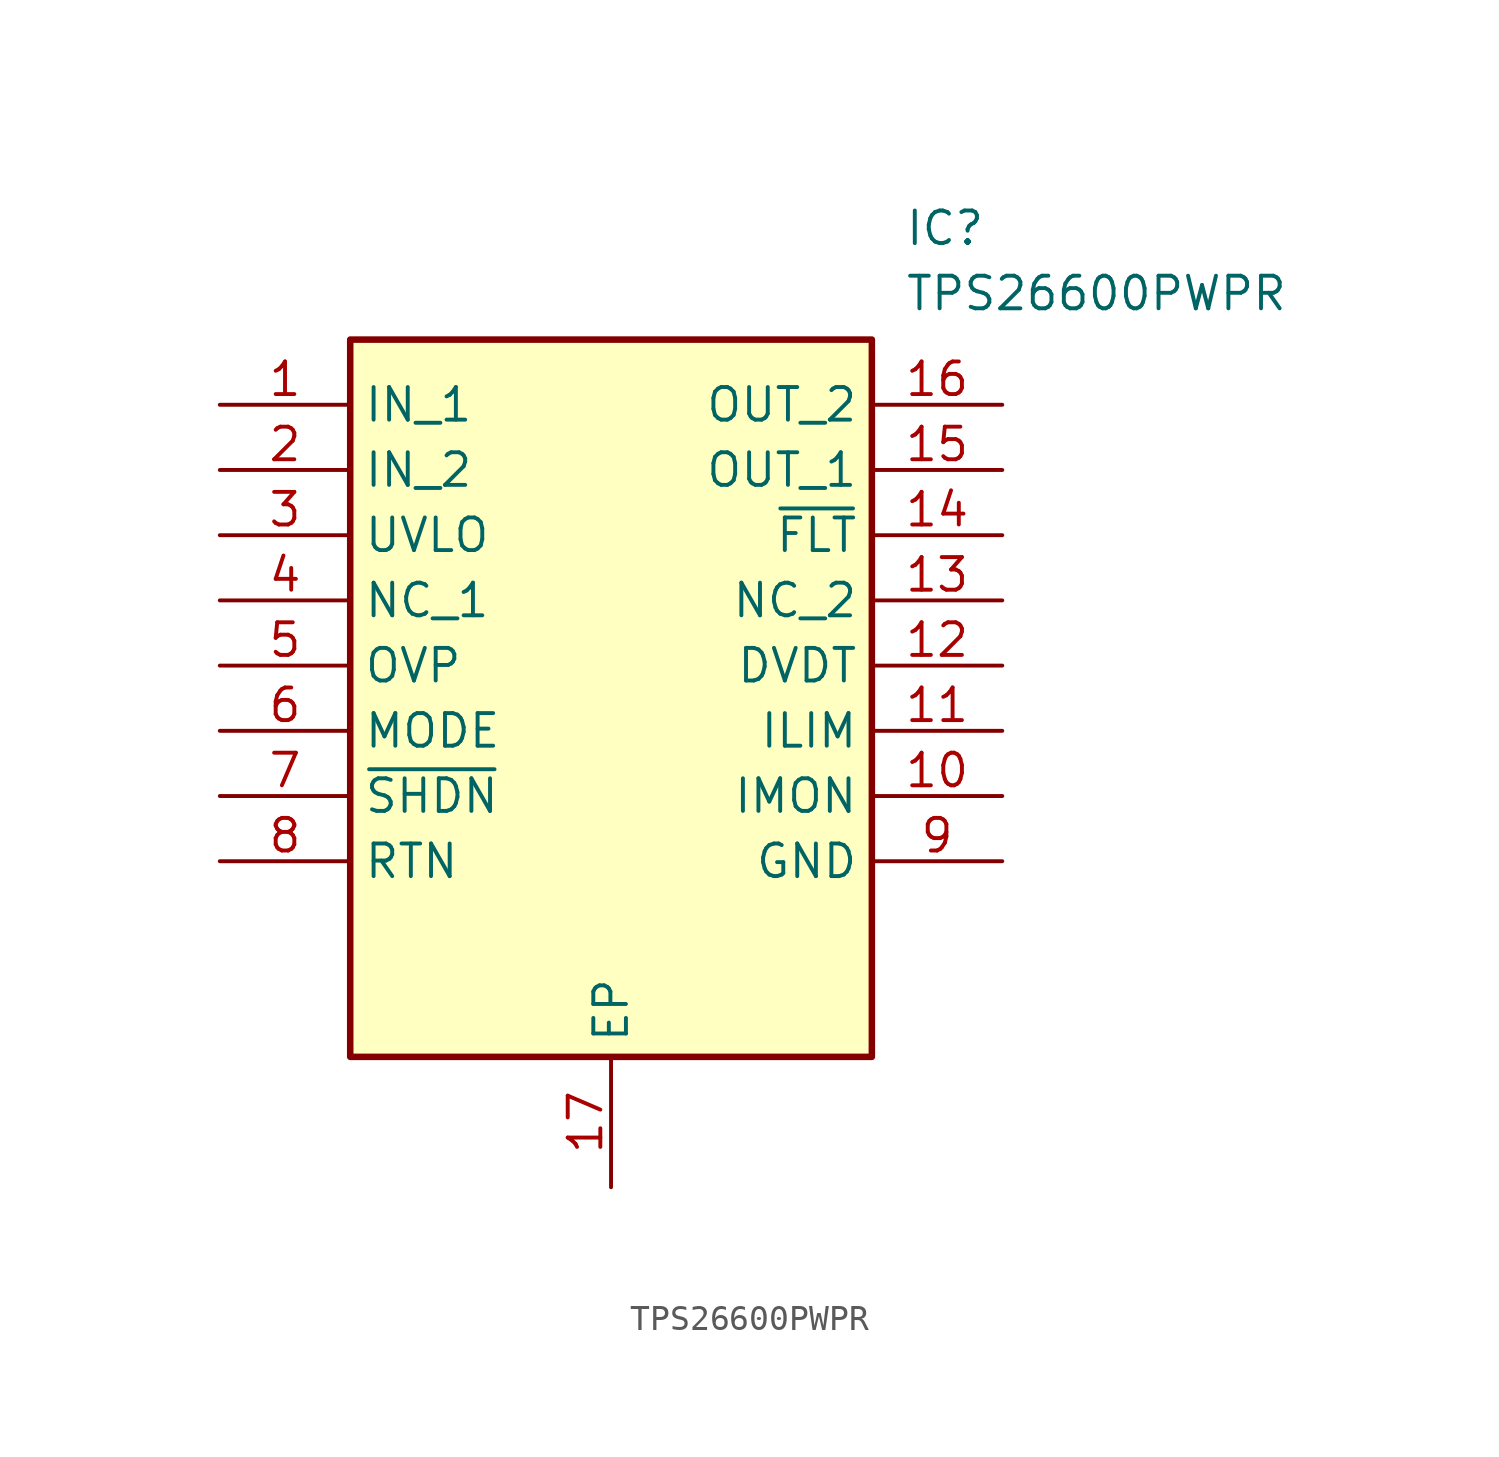
<source format=kicad_sym>
(kicad_symbol_lib
  (version 20211014)
  (generator SamacSys_ECAD_Model)
  (symbol "TPS26600PWPR"
    (property "Reference" "IC"
      (at 26.67 7.62 0)
      (effects (font (size 1.27 1.27)) (justify left top)))
    (property "Value" "TPS26600PWPR"
      (at 26.67 5.08 0)
      (effects (font (size 1.27 1.27)) (justify left top)))
    (rectangle
      (start 5.08 2.54)
      (end 25.4 -25.4)
      (stroke (width 0.254) (type default))
      (fill (type background)))
    (pin passive line
      (at 0 0 0)
      (length 5.08)
      (name "IN_1" (effects (font (size 1.27 1.27))))
      (number "1" (effects (font (size 1.27 1.27)))))
    (pin passive line
      (at 0 -2.54 0)
      (length 5.08)
      (name "IN_2" (effects (font (size 1.27 1.27))))
      (number "2" (effects (font (size 1.27 1.27)))))
    (pin passive line
      (at 0 -5.08 0)
      (length 5.08)
      (name "UVLO" (effects (font (size 1.27 1.27))))
      (number "3" (effects (font (size 1.27 1.27)))))
    (pin passive line
      (at 0 -7.62 0)
      (length 5.08)
      (name "NC_1" (effects (font (size 1.27 1.27))))
      (number "4" (effects (font (size 1.27 1.27)))))
    (pin passive line
      (at 0 -10.16 0)
      (length 5.08)
      (name "OVP" (effects (font (size 1.27 1.27))))
      (number "5" (effects (font (size 1.27 1.27)))))
    (pin passive line
      (at 0 -12.7 0)
      (length 5.08)
      (name "MODE" (effects (font (size 1.27 1.27))))
      (number "6" (effects (font (size 1.27 1.27)))))
    (pin passive line
      (at 0 -15.24 0)
      (length 5.08)
      (name "~{SHDN}" (effects (font (size 1.27 1.27))))
      (number "7" (effects (font (size 1.27 1.27)))))
    (pin passive line
      (at 0 -17.78 0)
      (length 5.08)
      (name "RTN" (effects (font (size 1.27 1.27))))
      (number "8" (effects (font (size 1.27 1.27)))))
    (pin passive line
      (at 15.24 -30.48 90)
      (length 5.08)
      (name "EP" (effects (font (size 1.27 1.27))))
      (number "17" (effects (font (size 1.27 1.27)))))
    (pin passive line
      (at 30.48 0 180)
      (length 5.08)
      (name "OUT_2" (effects (font (size 1.27 1.27))))
      (number "16" (effects (font (size 1.27 1.27)))))
    (pin passive line
      (at 30.48 -2.54 180)
      (length 5.08)
      (name "OUT_1" (effects (font (size 1.27 1.27))))
      (number "15" (effects (font (size 1.27 1.27)))))
    (pin passive line
      (at 30.48 -5.08 180)
      (length 5.08)
      (name "~{FLT}" (effects (font (size 1.27 1.27))))
      (number "14" (effects (font (size 1.27 1.27)))))
    (pin passive line
      (at 30.48 -7.62 180)
      (length 5.08)
      (name "NC_2" (effects (font (size 1.27 1.27))))
      (number "13" (effects (font (size 1.27 1.27)))))
    (pin passive line
      (at 30.48 -10.16 180)
      (length 5.08)
      (name "DVDT" (effects (font (size 1.27 1.27))))
      (number "12" (effects (font (size 1.27 1.27)))))
    (pin passive line
      (at 30.48 -12.7 180)
      (length 5.08)
      (name "ILIM" (effects (font (size 1.27 1.27))))
      (number "11" (effects (font (size 1.27 1.27)))))
    (pin passive line
      (at 30.48 -15.24 180)
      (length 5.08)
      (name "IMON" (effects (font (size 1.27 1.27))))
      (number "10" (effects (font (size 1.27 1.27)))))
    (pin passive line
      (at 30.48 -17.78 180)
      (length 5.08)
      (name "GND" (effects (font (size 1.27 1.27))))
      (number "9" (effects (font (size 1.27 1.27)))))))
</source>
